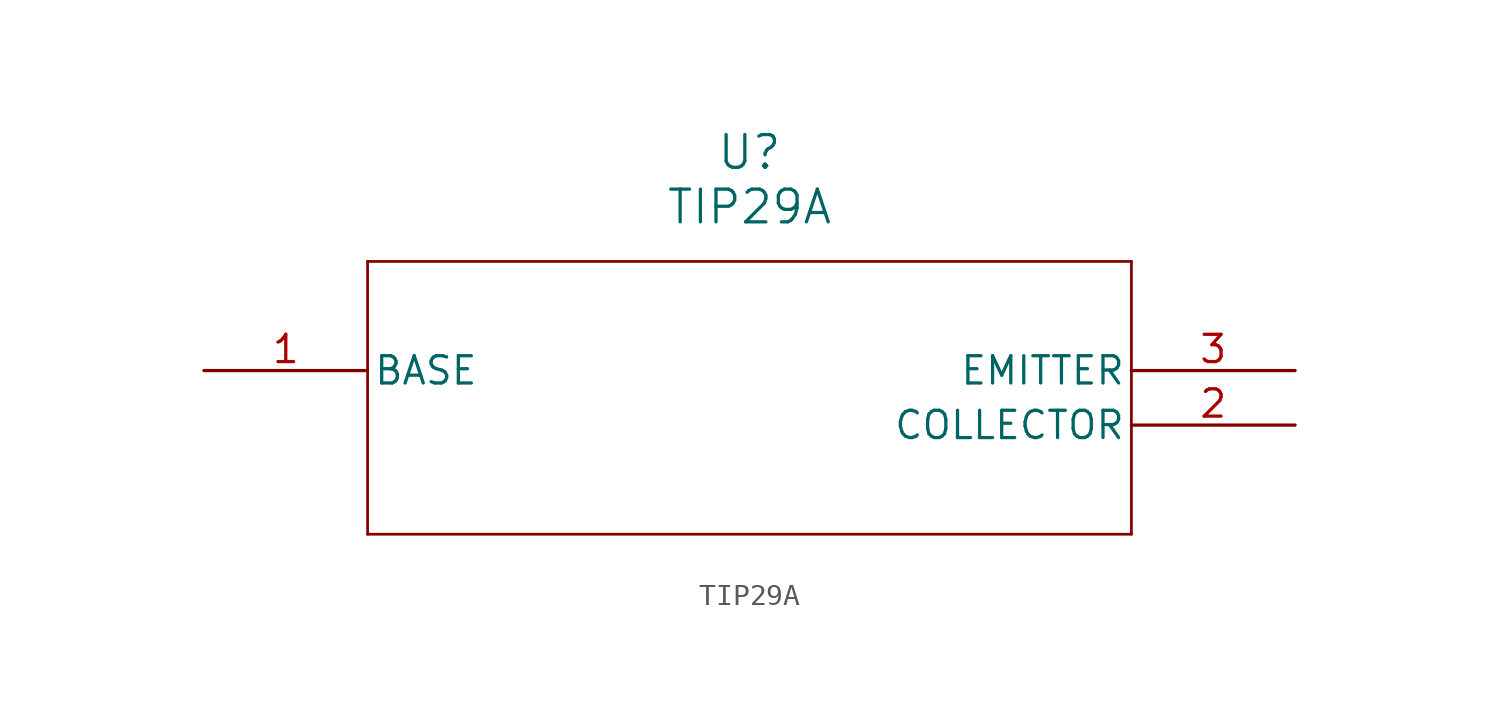
<source format=kicad_sym>
(kicad_symbol_lib
  (version 20241209)
  (generator "kicad_symbol_editor")
  (generator_version "9.0")
  (symbol "TIP29A"
    (pin_names
      (offset 0.254))
    (property "Reference" "U"
      (at 25.4 10.16 0)
      (effects (font (size 1.524 1.524))))
    (property "Value" "TIP29A"
      (at 25.4 7.62 0)
      (effects (font (size 1.524 1.524))))
    (symbol "TIP29A_0_1"
      (polyline (pts (xy 7.62 5.08) (xy 7.62 -7.62)) (stroke (width 0.127) (type default)) (fill (type none)))
      (polyline (pts (xy 7.62 -7.62) (xy 43.18 -7.62)) (stroke (width 0.127) (type default)) (fill (type none)))
      (polyline (pts (xy 43.18 5.08) (xy 7.62 5.08)) (stroke (width 0.127) (type default)) (fill (type none)))
      (polyline (pts (xy 43.18 -7.62) (xy 43.18 5.08)) (stroke (width 0.127) (type default)) (fill (type none)))
      (pin unspecified line (at 0 0 0) (length 7.62) (name "BASE" (effects (font (size 1.27 1.27)))) (number "1" (effects (font (size 1.27 1.27)))))
      (pin unspecified line (at 50.8 0 180) (length 7.62) (name "EMITTER" (effects (font (size 1.27 1.27)))) (number "3" (effects (font (size 1.27 1.27)))))
      (pin unspecified line (at 50.8 -2.54 180) (length 7.62) (name "COLLECTOR" (effects (font (size 1.27 1.27)))) (number "2" (effects (font (size 1.27 1.27))))))))
</source>
